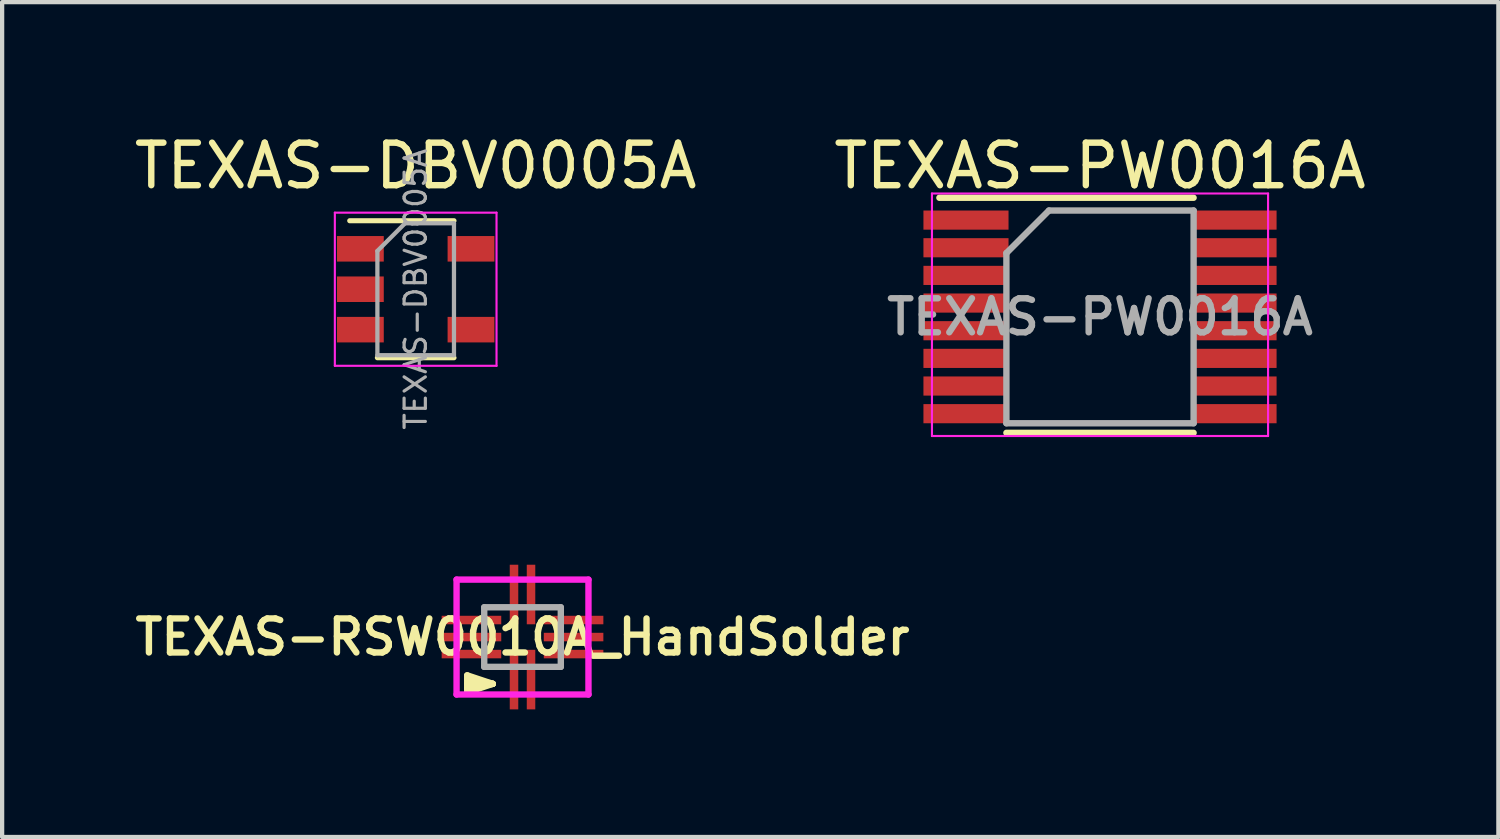
<source format=kicad_pcb>
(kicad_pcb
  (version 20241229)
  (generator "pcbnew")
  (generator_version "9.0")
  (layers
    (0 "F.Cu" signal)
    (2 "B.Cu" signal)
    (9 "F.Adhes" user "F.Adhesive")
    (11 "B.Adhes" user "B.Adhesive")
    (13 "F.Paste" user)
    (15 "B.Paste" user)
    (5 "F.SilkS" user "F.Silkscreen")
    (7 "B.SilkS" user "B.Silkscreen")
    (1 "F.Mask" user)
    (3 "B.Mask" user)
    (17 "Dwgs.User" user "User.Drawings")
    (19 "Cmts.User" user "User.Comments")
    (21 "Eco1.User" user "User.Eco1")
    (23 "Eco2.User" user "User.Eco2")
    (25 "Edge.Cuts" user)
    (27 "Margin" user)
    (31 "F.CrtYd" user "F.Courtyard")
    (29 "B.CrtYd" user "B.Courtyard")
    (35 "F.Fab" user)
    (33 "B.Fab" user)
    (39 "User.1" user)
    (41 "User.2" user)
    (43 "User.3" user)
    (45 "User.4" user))
  (footprint "TEXAS-RSW0010A_HandSolder"
    (layer "F.Cu")
    (at 9.231 11.923)
    (property "Reference" "TEXAS-RSW0010A_HandSolder" (at 0 0 0) (layer "F.SilkS") (effects (font (size 0.8 0.8) (thickness 0.15))))
    (attr through_hole)
    (fp_line (start -1.3 0.9) (end -0.7 1.1) (stroke (width 0.15) (type solid)) (layer "F.SilkS"))
    (fp_line (start -1.3 1.3) (end -1.3 0.9) (stroke (width 0.15) (type solid)) (layer "F.SilkS"))
    (fp_line (start -0.7 1.1) (end -1.3 1) (stroke (width 0.15) (type solid)) (layer "F.SilkS"))
    (fp_line (start -0.7 1.1) (end -1.3 1.1) (stroke (width 0.15) (type solid)) (layer "F.SilkS"))
    (fp_line (start -0.7 1.1) (end -1.3 1.2) (stroke (width 0.15) (type solid)) (layer "F.SilkS"))
    (fp_line (start -0.7 1.1) (end -1.3 1.3) (stroke (width 0.15) (type solid)) (layer "F.SilkS"))
    (fp_line (start -1.55 -1.35) (end 1.55 -1.35) (stroke (width 0.15) (type solid)) (layer "F.CrtYd"))
    (fp_line (start -1.55 1.35) (end -1.55 -1.35) (stroke (width 0.15) (type solid)) (layer "F.CrtYd"))
    (fp_line (start 1.55 -1.35) (end 1.55 1.35) (stroke (width 0.15) (type solid)) (layer "F.CrtYd"))
    (fp_line (start 1.55 1.35) (end -1.55 1.35) (stroke (width 0.15) (type solid)) (layer "F.CrtYd"))
    (fp_line (start -0.9 -0.7) (end 0.9 -0.7) (stroke (width 0.15) (type solid)) (layer "F.Fab"))
    (fp_line (start -0.9 0.7) (end -0.9 -0.7) (stroke (width 0.15) (type solid)) (layer "F.Fab"))
    (fp_line (start 0.9 -0.7) (end 0.9 0.7) (stroke (width 0.15) (type solid)) (layer "F.Fab"))
    (fp_line (start 0.9 0.7) (end -0.9 0.7) (stroke (width 0.15) (type solid)) (layer "F.Fab"))
    (pad "1" smd rect (at -0.2 1) (size 0.2 1.4) (layers "F.Cu" "F.Mask" "F.Paste"))
    (pad "2" smd rect (at 0.2 1) (size 0.2 1.4) (layers "F.Cu" "F.Mask" "F.Paste"))
    (pad "3" smd rect (at 1.2 0.4 90) (size 0.2 1.4) (layers "F.Cu" "F.Mask" "F.Paste"))
    (pad "4" smd rect (at 1.2 0 90) (size 0.2 1.4) (layers "F.Cu" "F.Mask" "F.Paste"))
    (pad "5" smd rect (at 1.2 -0.4 90) (size 0.2 1.4) (layers "F.Cu" "F.Mask" "F.Paste"))
    (pad "6" smd rect (at 0.2 -1) (size 0.2 1.4) (layers "F.Cu" "F.Mask" "F.Paste"))
    (pad "7" smd rect (at -0.2 -1) (size 0.2 1.4) (layers "F.Cu" "F.Mask" "F.Paste"))
    (pad "8" smd rect (at -1.2 -0.4 90) (size 0.2 1.4) (layers "F.Cu" "F.Mask" "F.Paste"))
    (pad "9" smd rect (at -1.2 0 90) (size 0.2 1.4) (layers "F.Cu" "F.Mask" "F.Paste"))
    (pad "10" smd rect (at -1.2 0.4 90) (size 0.2 1.4) (layers "F.Cu" "F.Mask" "F.Paste")))
  (footprint "TEXAS-DBV0005A"
    (layer "F.Cu")
    (at 6.72 3.748)
    (property "Reference" "TEXAS-DBV0005A" (at 0 -2.9 0) (layer "F.SilkS") (effects (font (size 1 1) (thickness 0.15))))
    (attr smd)
    (fp_line (start -0.9 1.61) (end 0.9 1.61) (stroke (width 0.12) (type solid)) (layer "F.SilkS"))
    (fp_line (start 0.9 -1.61) (end -1.55 -1.61) (stroke (width 0.12) (type solid)) (layer "F.SilkS"))
    (fp_line (start -1.9 -1.8) (end 1.9 -1.8) (stroke (width 0.05) (type solid)) (layer "F.CrtYd"))
    (fp_line (start -1.9 1.8) (end -1.9 -1.8) (stroke (width 0.05) (type solid)) (layer "F.CrtYd"))
    (fp_line (start 1.9 -1.8) (end 1.9 1.8) (stroke (width 0.05) (type solid)) (layer "F.CrtYd"))
    (fp_line (start 1.9 1.8) (end -1.9 1.8) (stroke (width 0.05) (type solid)) (layer "F.CrtYd"))
    (fp_line (start -0.9 -0.9) (end -0.9 1.55) (stroke (width 0.1) (type solid)) (layer "F.Fab"))
    (fp_line (start -0.9 -0.9) (end -0.25 -1.55) (stroke (width 0.1) (type solid)) (layer "F.Fab"))
    (fp_line (start 0.9 -1.55) (end -0.25 -1.55) (stroke (width 0.1) (type solid)) (layer "F.Fab"))
    (fp_line (start 0.9 -1.55) (end 0.9 1.55) (stroke (width 0.1) (type solid)) (layer "F.Fab"))
    (fp_line (start 0.9 1.55) (end -0.9 1.55) (stroke (width 0.1) (type solid)) (layer "F.Fab"))
    (fp_text user "${REFERENCE}" (at 0 0 90) (layer "F.Fab") (effects (font (size 0.5 0.5) (thickness 0.075))))
    (pad "1" smd rect (at -1.3 -0.95) (size 1.1 0.6) (layers "F.Cu" "F.Mask" "F.Paste"))
    (pad "2" smd rect (at -1.3 0) (size 1.1 0.6) (layers "F.Cu" "F.Mask" "F.Paste"))
    (pad "3" smd rect (at -1.3 0.95) (size 1.1 0.6) (layers "F.Cu" "F.Mask" "F.Paste"))
    (pad "4" smd rect (at 1.3 0.95) (size 1.1 0.6) (layers "F.Cu" "F.Mask" "F.Paste"))
    (pad "5" smd rect (at 1.3 -0.95) (size 1.1 0.6) (layers "F.Cu" "F.Mask" "F.Paste")))
  (footprint "TEXAS-PW0016A"
    (layer "F.Cu")
    (at 22.804 4.398)
    (property "Reference" "TEXAS-PW0016A" (at 0 -3.55 0) (layer "F.SilkS") (effects (font (size 1 1) (thickness 0.15))))
    (attr smd)
    (fp_line (start -3.775 -2.8) (end 2.2 -2.8) (stroke (width 0.15) (type solid)) (layer "F.SilkS"))
    (fp_line (start -2.2 2.725) (end 2.2 2.725) (stroke (width 0.15) (type solid)) (layer "F.SilkS"))
    (fp_line (start -3.95 -2.9) (end -3.95 2.8) (stroke (width 0.05) (type solid)) (layer "F.CrtYd"))
    (fp_line (start -3.95 -2.9) (end 3.95 -2.9) (stroke (width 0.05) (type solid)) (layer "F.CrtYd"))
    (fp_line (start -3.95 2.8) (end 3.95 2.8) (stroke (width 0.05) (type solid)) (layer "F.CrtYd"))
    (fp_line (start 3.95 -2.9) (end 3.95 2.8) (stroke (width 0.05) (type solid)) (layer "F.CrtYd"))
    (fp_line (start -2.2 -1.5) (end -1.2 -2.5) (stroke (width 0.15) (type solid)) (layer "F.Fab"))
    (fp_line (start -2.2 2.5) (end -2.2 -1.5) (stroke (width 0.15) (type solid)) (layer "F.Fab"))
    (fp_line (start -1.2 -2.5) (end 2.2 -2.5) (stroke (width 0.15) (type solid)) (layer "F.Fab"))
    (fp_line (start 2.2 -2.5) (end 2.2 2.5) (stroke (width 0.15) (type solid)) (layer "F.Fab"))
    (fp_line (start 2.2 2.5) (end -2.2 2.5) (stroke (width 0.15) (type solid)) (layer "F.Fab"))
    (fp_text user "${REFERENCE}" (at 0 0 0) (layer "F.Fab") (effects (font (size 0.8 0.8) (thickness 0.15))))
    (pad "1" smd rect (at -3.15 -2.275) (size 2 0.45) (layers "F.Cu" "F.Mask" "F.Paste"))
    (pad "2" smd rect (at -3.15 -1.625) (size 2 0.45) (layers "F.Cu" "F.Mask" "F.Paste"))
    (pad "3" smd rect (at -3.15 -0.975) (size 2 0.45) (layers "F.Cu" "F.Mask" "F.Paste"))
    (pad "4" smd rect (at -3.15 -0.325) (size 2 0.45) (layers "F.Cu" "F.Mask" "F.Paste"))
    (pad "5" smd rect (at -3.15 0.325) (size 2 0.45) (layers "F.Cu" "F.Mask" "F.Paste"))
    (pad "6" smd rect (at -3.15 0.975) (size 2 0.45) (layers "F.Cu" "F.Mask" "F.Paste"))
    (pad "7" smd rect (at -3.15 1.625) (size 2 0.45) (layers "F.Cu" "F.Mask" "F.Paste"))
    (pad "8" smd rect (at -3.15 2.275) (size 2 0.45) (layers "F.Cu" "F.Mask" "F.Paste"))
    (pad "9" smd rect (at 3.15 2.275) (size 2 0.45) (layers "F.Cu" "F.Mask" "F.Paste"))
    (pad "10" smd rect (at 3.15 1.625) (size 2 0.45) (layers "F.Cu" "F.Mask" "F.Paste"))
    (pad "11" smd rect (at 3.15 0.975) (size 2 0.45) (layers "F.Cu" "F.Mask" "F.Paste"))
    (pad "12" smd rect (at 3.15 0.325) (size 2 0.45) (layers "F.Cu" "F.Mask" "F.Paste"))
    (pad "13" smd rect (at 3.15 -0.325) (size 2 0.45) (layers "F.Cu" "F.Mask" "F.Paste"))
    (pad "14" smd rect (at 3.15 -0.975) (size 2 0.45) (layers "F.Cu" "F.Mask" "F.Paste"))
    (pad "15" smd rect (at 3.15 -1.625) (size 2 0.45) (layers "F.Cu" "F.Mask" "F.Paste"))
    (pad "16" smd rect (at 3.15 -2.275) (size 2 0.45) (layers "F.Cu" "F.Mask" "F.Paste")))
  (gr_rect
    (start -3 -3)
    (end 32.167 16.623)
    (stroke (width 0.1) (type default))
    (fill no)
    (layer "Edge.Cuts")))
</source>
